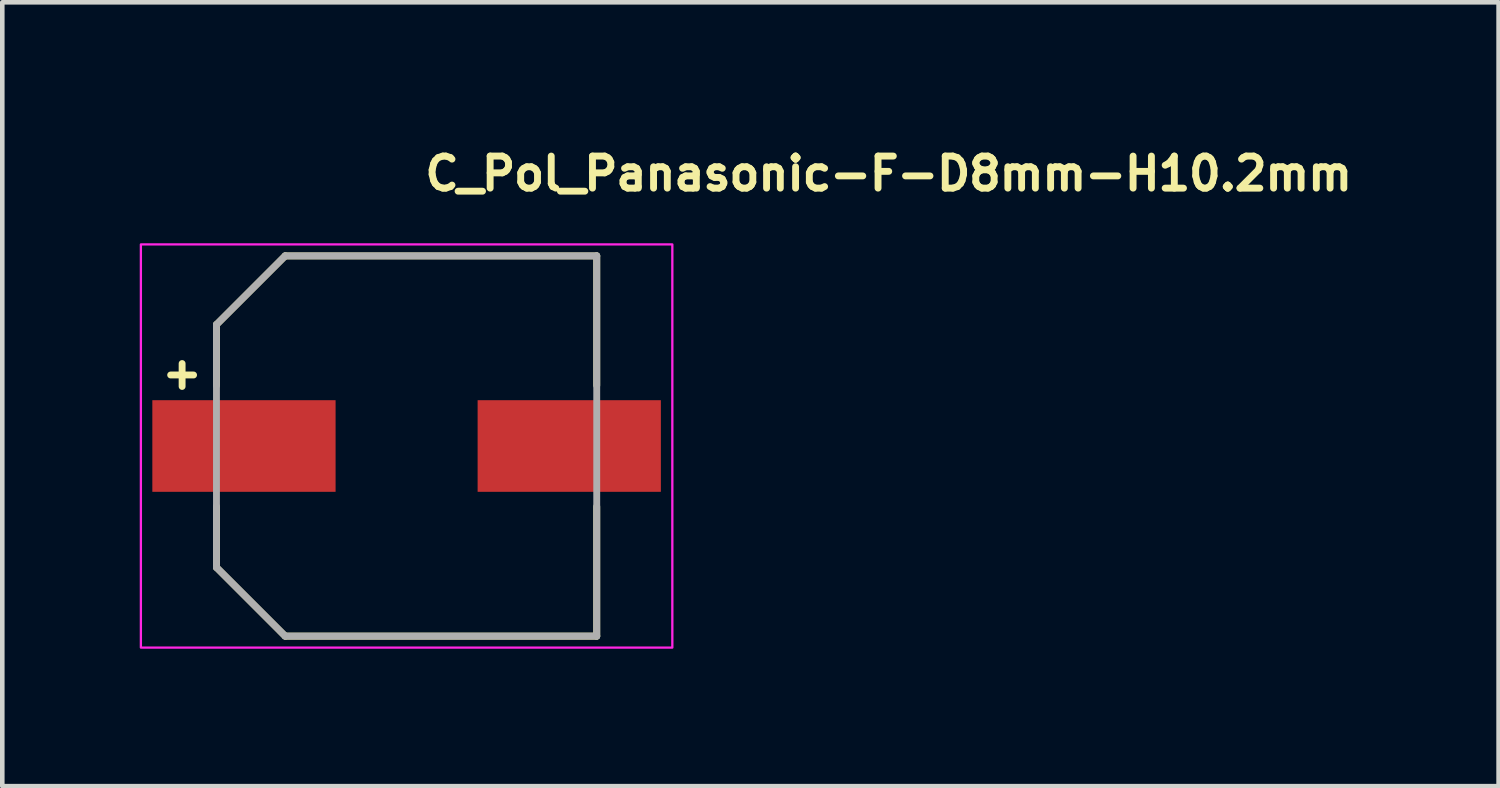
<source format=kicad_pcb>
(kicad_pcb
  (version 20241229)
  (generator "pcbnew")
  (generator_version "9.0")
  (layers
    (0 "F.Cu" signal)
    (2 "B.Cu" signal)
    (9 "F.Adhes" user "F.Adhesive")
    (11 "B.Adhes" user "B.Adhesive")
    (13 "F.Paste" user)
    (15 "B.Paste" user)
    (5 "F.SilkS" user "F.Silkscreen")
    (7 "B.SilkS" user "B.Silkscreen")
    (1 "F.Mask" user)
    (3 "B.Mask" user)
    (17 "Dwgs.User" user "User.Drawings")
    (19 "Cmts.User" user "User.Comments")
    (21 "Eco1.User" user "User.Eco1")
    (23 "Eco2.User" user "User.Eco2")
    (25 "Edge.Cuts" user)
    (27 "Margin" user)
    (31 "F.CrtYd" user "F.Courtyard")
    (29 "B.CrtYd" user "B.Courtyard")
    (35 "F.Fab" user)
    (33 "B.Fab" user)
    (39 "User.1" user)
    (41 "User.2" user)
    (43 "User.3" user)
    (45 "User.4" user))
  (footprint "C_Pol_Panasonic-F-D8mm-H10.2mm"
    (layer "F.Cu")
    (at 5.825 6.685)
    (property "Reference" "C_Pol_Panasonic-F-D8mm-H10.2mm" (at 0.325 -5.535 0) (layer "F.SilkS") (effects (font (size 0.7 0.7) (thickness 0.15)) (justify left bottom)))
    (attr smd)
    (fp_line (start -5.15 -1.55) (end -4.65 -1.55) (stroke (width 0.15) (type solid)) (layer "F.SilkS"))
    (fp_line (start -4.9 -1.8) (end -4.9 -1.3) (stroke (width 0.15) (type solid)) (layer "F.SilkS"))
    (fp_line (start -4.15 -2.65) (end -4.15 -1.32) (stroke (width 0.15) (type solid)) (layer "F.SilkS"))
    (fp_line (start -4.15 1.32) (end -4.15 2.65) (stroke (width 0.15) (type solid)) (layer "F.SilkS"))
    (fp_line (start -4.15 2.65) (end -2.65 4.15) (stroke (width 0.15) (type solid)) (layer "F.SilkS"))
    (fp_line (start -2.65 -4.15) (end -4.15 -2.65) (stroke (width 0.15) (type solid)) (layer "F.SilkS"))
    (fp_line (start -2.65 4.15) (end 4.15 4.15) (stroke (width 0.15) (type solid)) (layer "F.SilkS"))
    (fp_line (start 4.15 -4.15) (end -2.65 -4.15) (stroke (width 0.15) (type solid)) (layer "F.SilkS"))
    (fp_line (start 4.15 -1.32) (end 4.15 -4.15) (stroke (width 0.15) (type solid)) (layer "F.SilkS"))
    (fp_line (start 4.15 4.15) (end 4.15 1.32) (stroke (width 0.15) (type solid)) (layer "F.SilkS"))
    (fp_rect (start -5.8 -4.4) (end 5.8 4.4) (stroke (width 0.05) (type solid)) (fill no) (layer "F.CrtYd"))
    (fp_line (start -4.15 -2.65) (end -4.15 2.65) (stroke (width 0.15) (type solid)) (layer "F.Fab"))
    (fp_line (start -4.15 2.65) (end -2.65 4.15) (stroke (width 0.15) (type solid)) (layer "F.Fab"))
    (fp_line (start -2.65 -4.15) (end -4.15 -2.65) (stroke (width 0.15) (type solid)) (layer "F.Fab"))
    (fp_line (start -2.65 4.15) (end 4.15 4.15) (stroke (width 0.15) (type solid)) (layer "F.Fab"))
    (fp_line (start 4.15 -4.15) (end -2.65 -4.15) (stroke (width 0.15) (type solid)) (layer "F.Fab"))
    (fp_line (start 4.15 4.15) (end 4.15 -4.15) (stroke (width 0.15) (type solid)) (layer "F.Fab"))
    (fp_rect (start -4.85 -4.15) (end 4.85 4.15) (stroke (width 0.1) (type solid)) (fill no) (layer "User.5"))
    (fp_line (start -4.85 -0.45) (end -4.85 0.45) (stroke (width 0.02) (type solid)) (layer "User.9"))
    (fp_line (start -4.85 -0.45) (end -4.15 -0.45) (stroke (width 0.02) (type solid)) (layer "User.9"))
    (fp_line (start -4.85 0.45) (end -4.15 0.45) (stroke (width 0.02) (type solid)) (layer "User.9"))
    (fp_line (start -4.15 -1.5) (end -4.15 -2.35) (stroke (width 0.02) (type solid)) (layer "User.9"))
    (fp_line (start -4.15 1.5) (end -4.15 -1.5) (stroke (width 0.02) (type solid)) (layer "User.9"))
    (fp_line (start -4.15 1.5) (end -3.816 1.5) (stroke (width 0.02) (type solid)) (layer "User.9"))
    (fp_line (start -4.15 2.35) (end -4.15 1.5) (stroke (width 0.02) (type solid)) (layer "User.9"))
    (fp_line (start -4.15 2.35) (end -2.35 4.15) (stroke (width 0.02) (type solid)) (layer "User.9"))
    (fp_line (start -3.816 -1.5) (end -4.15 -1.5) (stroke (width 0.02) (type solid)) (layer "User.9"))
    (fp_line (start -3.405 -2.284) (end -3.501 -2.134) (stroke (width 0.02) (type solid)) (layer "User.9"))
    (fp_line (start -2.35 -4.15) (end -4.15 -2.35) (stroke (width 0.02) (type solid)) (layer "User.9"))
    (fp_line (start -2.35 -4.15) (end -1.5 -4.15) (stroke (width 0.02) (type solid)) (layer "User.9"))
    (fp_line (start -2.35 4.15) (end -1.5 4.15) (stroke (width 0.02) (type solid)) (layer "User.9"))
    (fp_line (start -1.5 -4.15) (end -1.5 -3.816) (stroke (width 0.02) (type solid)) (layer "User.9"))
    (fp_line (start -1.5 3.816) (end -1.5 4.15) (stroke (width 0.02) (type solid)) (layer "User.9"))
    (fp_line (start -1.5 4.15) (end 1.5 4.15) (stroke (width 0.02) (type solid)) (layer "User.9"))
    (fp_line (start 0.75 -3.419) (end 0.75 3.419) (stroke (width 0.02) (type solid)) (layer "User.9"))
    (fp_line (start 1.5 -4.15) (end -1.5 -4.15) (stroke (width 0.02) (type solid)) (layer "User.9"))
    (fp_line (start 1.5 -4.15) (end 1.5 -3.816) (stroke (width 0.02) (type solid)) (layer "User.9"))
    (fp_line (start 1.5 3.816) (end 1.5 4.15) (stroke (width 0.02) (type solid)) (layer "User.9"))
    (fp_line (start 1.5 4.15) (end 3.15 4.15) (stroke (width 0.02) (type solid)) (layer "User.9"))
    (fp_line (start 3.15 -4.15) (end 1.5 -4.15) (stroke (width 0.02) (type solid)) (layer "User.9"))
    (fp_line (start 3.15 4.15) (end 3.237 4.146) (stroke (width 0.02) (type solid)) (layer "User.9"))
    (fp_line (start 3.237 -4.146) (end 3.15 -4.15) (stroke (width 0.02) (type solid)) (layer "User.9"))
    (fp_line (start 3.237 4.146) (end 3.324 4.135) (stroke (width 0.02) (type solid)) (layer "User.9"))
    (fp_line (start 3.324 -4.135) (end 3.237 -4.146) (stroke (width 0.02) (type solid)) (layer "User.9"))
    (fp_line (start 3.324 4.135) (end 3.409 4.116) (stroke (width 0.02) (type solid)) (layer "User.9"))
    (fp_line (start 3.409 -4.116) (end 3.324 -4.135) (stroke (width 0.02) (type solid)) (layer "User.9"))
    (fp_line (start 3.409 4.116) (end 3.492 4.09) (stroke (width 0.02) (type solid)) (layer "User.9"))
    (fp_line (start 3.492 -4.09) (end 3.409 -4.116) (stroke (width 0.02) (type solid)) (layer "User.9"))
    (fp_line (start 3.492 4.09) (end 3.573 4.056) (stroke (width 0.02) (type solid)) (layer "User.9"))
    (fp_line (start 3.573 -4.056) (end 3.492 -4.09) (stroke (width 0.02) (type solid)) (layer "User.9"))
    (fp_line (start 3.573 4.056) (end 3.65 4.016) (stroke (width 0.02) (type solid)) (layer "User.9"))
    (fp_line (start 3.65 -4.016) (end 3.573 -4.056) (stroke (width 0.02) (type solid)) (layer "User.9"))
    (fp_line (start 3.65 4.016) (end 3.724 3.969) (stroke (width 0.02) (type solid)) (layer "User.9"))
    (fp_line (start 3.724 -3.969) (end 3.65 -4.016) (stroke (width 0.02) (type solid)) (layer "User.9"))
    (fp_line (start 3.724 3.969) (end 3.793 3.916) (stroke (width 0.02) (type solid)) (layer "User.9"))
    (fp_line (start 3.793 -3.916) (end 3.724 -3.969) (stroke (width 0.02) (type solid)) (layer "User.9"))
    (fp_line (start 3.793 3.916) (end 3.857 3.857) (stroke (width 0.02) (type solid)) (layer "User.9"))
    (fp_line (start 3.816 -1.5) (end 4.15 -1.5) (stroke (width 0.02) (type solid)) (layer "User.9"))
    (fp_line (start 3.857 -3.857) (end 3.793 -3.916) (stroke (width 0.02) (type solid)) (layer "User.9"))
    (fp_line (start 3.857 3.857) (end 3.916 3.793) (stroke (width 0.02) (type solid)) (layer "User.9"))
    (fp_line (start 3.916 -3.793) (end 3.857 -3.857) (stroke (width 0.02) (type solid)) (layer "User.9"))
    (fp_line (start 3.916 3.793) (end 3.969 3.724) (stroke (width 0.02) (type solid)) (layer "User.9"))
    (fp_line (start 3.969 -3.724) (end 3.916 -3.793) (stroke (width 0.02) (type solid)) (layer "User.9"))
    (fp_line (start 3.969 3.724) (end 4.016 3.65) (stroke (width 0.02) (type solid)) (layer "User.9"))
    (fp_line (start 4.016 -3.65) (end 3.969 -3.724) (stroke (width 0.02) (type solid)) (layer "User.9"))
    (fp_line (start 4.016 3.65) (end 4.056 3.573) (stroke (width 0.02) (type solid)) (layer "User.9"))
    (fp_line (start 4.056 -3.573) (end 4.016 -3.65) (stroke (width 0.02) (type solid)) (layer "User.9"))
    (fp_line (start 4.056 3.573) (end 4.09 3.492) (stroke (width 0.02) (type solid)) (layer "User.9"))
    (fp_line (start 4.09 -3.492) (end 4.056 -3.573) (stroke (width 0.02) (type solid)) (layer "User.9"))
    (fp_line (start 4.09 3.492) (end 4.116 3.409) (stroke (width 0.02) (type solid)) (layer "User.9"))
    (fp_line (start 4.116 -3.409) (end 4.09 -3.492) (stroke (width 0.02) (type solid)) (layer "User.9"))
    (fp_line (start 4.116 3.409) (end 4.135 3.324) (stroke (width 0.02) (type solid)) (layer "User.9"))
    (fp_line (start 4.135 -3.324) (end 4.116 -3.409) (stroke (width 0.02) (type solid)) (layer "User.9"))
    (fp_line (start 4.135 3.324) (end 4.146 3.237) (stroke (width 0.02) (type solid)) (layer "User.9"))
    (fp_line (start 4.146 -3.237) (end 4.135 -3.324) (stroke (width 0.02) (type solid)) (layer "User.9"))
    (fp_line (start 4.146 3.237) (end 4.15 3.15) (stroke (width 0.02) (type solid)) (layer "User.9"))
    (fp_line (start 4.15 -3.15) (end 4.146 -3.237) (stroke (width 0.02) (type solid)) (layer "User.9"))
    (fp_line (start 4.15 -1.5) (end 4.15 -3.15) (stroke (width 0.02) (type solid)) (layer "User.9"))
    (fp_line (start 4.15 1.5) (end 3.816 1.5) (stroke (width 0.02) (type solid)) (layer "User.9"))
    (fp_line (start 4.15 1.5) (end 4.15 -1.5) (stroke (width 0.02) (type solid)) (layer "User.9"))
    (fp_line (start 4.15 3.15) (end 4.15 1.5) (stroke (width 0.02) (type solid)) (layer "User.9"))
    (fp_line (start 4.85 -0.45) (end 4.15 -0.45) (stroke (width 0.02) (type solid)) (layer "User.9"))
    (fp_line (start 4.85 0.45) (end 4.15 0.45) (stroke (width 0.02) (type solid)) (layer "User.9"))
    (fp_line (start 4.85 0.45) (end 4.85 -0.45) (stroke (width 0.02) (type solid)) (layer "User.9"))
    (fp_arc (start -3.816262 -1.500103) (mid -2.899439 -2.899397) (end -1.5 -3.816) (stroke (width 0.02) (type default)) (layer "User.9"))
    (fp_arc (start -1.505865 3.813386) (mid -2.901506 2.896929) (end -3.815999 1.5) (stroke (width 0.02) (type default)) (layer "User.9"))
    (fp_arc (start 1.5 -3.816) (mid 2.899156 -2.899198) (end 3.815737 -1.499897) (stroke (width 0.02) (type default)) (layer "User.9"))
    (fp_arc (start 3.813314 1.506046) (mid 2.896818 2.901534) (end 1.5 3.816) (stroke (width 0.02) (type default)) (layer "User.9"))
    (fp_circle (center -0.001 0) (end -0.088 -3.999) (stroke (width 0.02) (type default)) (fill no) (layer "User.9"))
    (fp_circle (center -0.001 0) (end -0.05 -3.5) (stroke (width 0.02) (type default)) (fill no) (layer "User.9"))
    (pad "1" smd rect (at -3.55 0) (size 4 2) (layers "F.Cu" "F.Mask" "F.Paste"))
    (pad "2" smd rect (at 3.55 0) (size 4 2) (layers "F.Cu" "F.Mask" "F.Paste")))
  (gr_rect
    (start -3 -3)
    (end 29.66 14.11)
    (stroke (width 0.1) (type default))
    (fill no)
    (layer "Edge.Cuts")))
</source>
